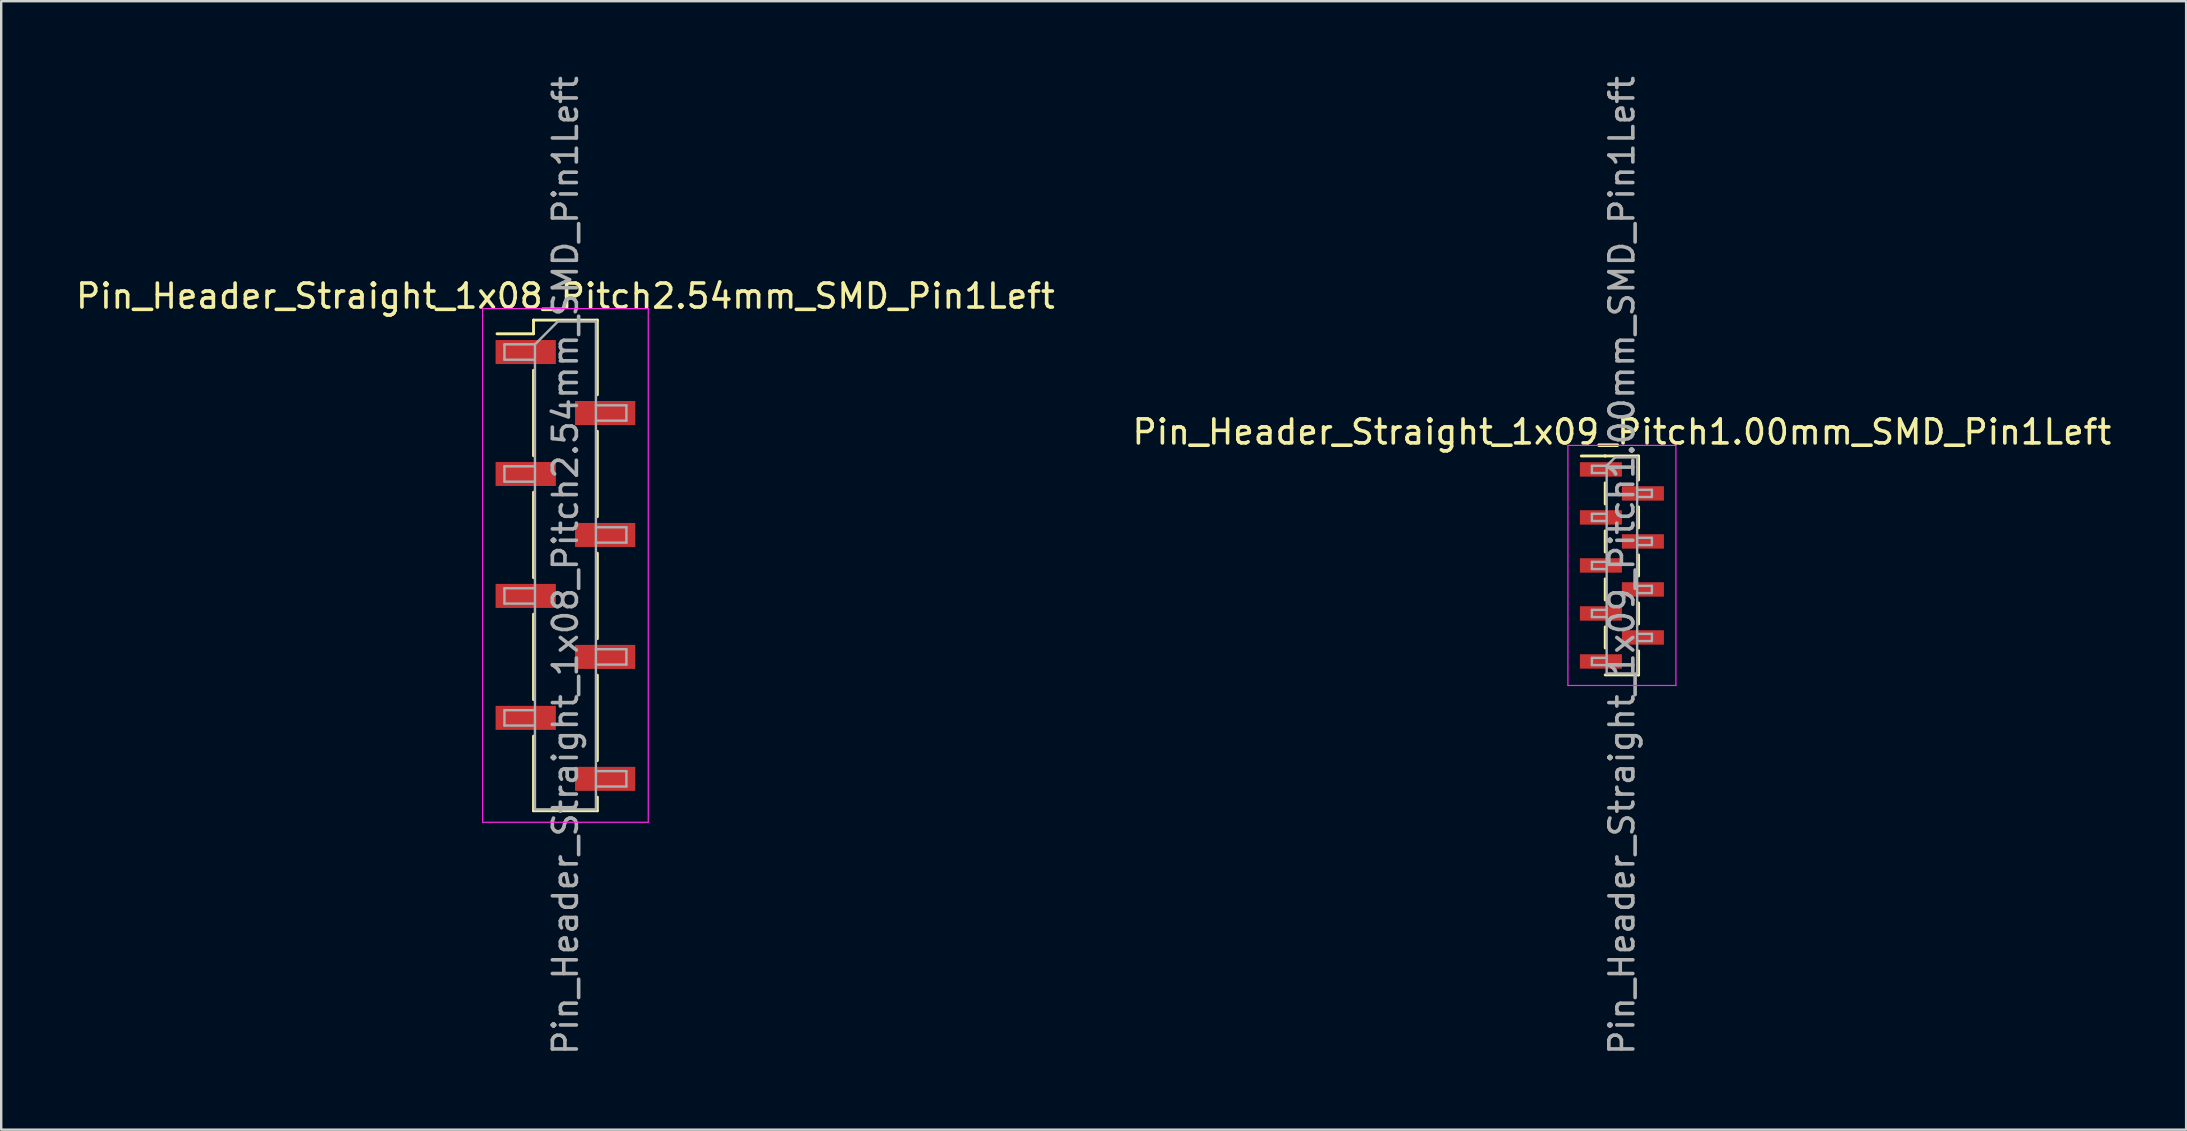
<source format=kicad_pcb>
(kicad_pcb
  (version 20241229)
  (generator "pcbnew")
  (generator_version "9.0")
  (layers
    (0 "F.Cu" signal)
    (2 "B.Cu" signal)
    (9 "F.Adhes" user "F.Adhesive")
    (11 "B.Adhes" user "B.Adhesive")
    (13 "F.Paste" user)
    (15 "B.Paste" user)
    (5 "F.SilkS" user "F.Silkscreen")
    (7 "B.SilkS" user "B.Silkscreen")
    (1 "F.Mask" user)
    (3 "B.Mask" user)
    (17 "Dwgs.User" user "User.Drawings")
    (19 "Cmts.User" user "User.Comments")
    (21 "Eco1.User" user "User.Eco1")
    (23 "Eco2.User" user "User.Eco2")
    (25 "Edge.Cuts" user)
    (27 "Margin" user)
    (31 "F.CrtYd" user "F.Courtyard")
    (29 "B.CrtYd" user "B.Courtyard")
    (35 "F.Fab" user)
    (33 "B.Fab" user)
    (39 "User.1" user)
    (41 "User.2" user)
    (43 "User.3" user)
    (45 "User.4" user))
  (footprint "Pin_Header_Straight_1x09_Pitch1.00mm_SMD_Pin1Left"
    (layer "F.Cu")
    (at 64.518 20.506)
    (property "Reference" "Pin_Header_Straight_1x09_Pitch1.00mm_SMD_Pin1Left" (at 0 -5.56 0) (layer "F.SilkS") (effects (font (size 1 1) (thickness 0.15))))
    (attr smd)
    (fp_line (start -0.695 -4.56) (end -1.69 -4.56) (stroke (width 0.12) (type solid)) (layer "F.SilkS"))
    (fp_line (start -0.695 -4.56) (end -0.695 -4.56) (stroke (width 0.12) (type solid)) (layer "F.SilkS"))
    (fp_line (start -0.695 -4.56) (end 0.695 -4.56) (stroke (width 0.12) (type solid)) (layer "F.SilkS"))
    (fp_line (start -0.695 -3.44) (end -0.695 -2.56) (stroke (width 0.12) (type solid)) (layer "F.SilkS"))
    (fp_line (start -0.695 -1.44) (end -0.695 -0.56) (stroke (width 0.12) (type solid)) (layer "F.SilkS"))
    (fp_line (start -0.695 0.56) (end -0.695 1.44) (stroke (width 0.12) (type solid)) (layer "F.SilkS"))
    (fp_line (start -0.695 2.56) (end -0.695 3.44) (stroke (width 0.12) (type solid)) (layer "F.SilkS"))
    (fp_line (start -0.695 4.56) (end 0.695 4.56) (stroke (width 0.12) (type solid)) (layer "F.SilkS"))
    (fp_line (start 0.695 -4.56) (end 0.695 -3.56) (stroke (width 0.12) (type solid)) (layer "F.SilkS"))
    (fp_line (start 0.695 -2.44) (end 0.695 -1.56) (stroke (width 0.12) (type solid)) (layer "F.SilkS"))
    (fp_line (start 0.695 -0.44) (end 0.695 0.44) (stroke (width 0.12) (type solid)) (layer "F.SilkS"))
    (fp_line (start 0.695 1.56) (end 0.695 2.44) (stroke (width 0.12) (type solid)) (layer "F.SilkS"))
    (fp_line (start 0.695 3.56) (end 0.695 4.56) (stroke (width 0.12) (type solid)) (layer "F.SilkS"))
    (fp_line (start 0.695 4.56) (end 0.695 4.56) (stroke (width 0.12) (type solid)) (layer "F.SilkS"))
    (fp_line (start -2.25 -5) (end -2.25 5) (stroke (width 0.05) (type solid)) (layer "F.CrtYd"))
    (fp_line (start -2.25 5) (end 2.25 5) (stroke (width 0.05) (type solid)) (layer "F.CrtYd"))
    (fp_line (start 2.25 -5) (end -2.25 -5) (stroke (width 0.05) (type solid)) (layer "F.CrtYd"))
    (fp_line (start 2.25 5) (end 2.25 -5) (stroke (width 0.05) (type solid)) (layer "F.CrtYd"))
    (fp_line (start -1.25 -4.15) (end -1.25 -3.85) (stroke (width 0.1) (type solid)) (layer "F.Fab"))
    (fp_line (start -1.25 -3.85) (end -0.635 -3.85) (stroke (width 0.1) (type solid)) (layer "F.Fab"))
    (fp_line (start -1.25 -2.15) (end -1.25 -1.85) (stroke (width 0.1) (type solid)) (layer "F.Fab"))
    (fp_line (start -1.25 -1.85) (end -0.635 -1.85) (stroke (width 0.1) (type solid)) (layer "F.Fab"))
    (fp_line (start -1.25 -0.15) (end -1.25 0.15) (stroke (width 0.1) (type solid)) (layer "F.Fab"))
    (fp_line (start -1.25 0.15) (end -0.635 0.15) (stroke (width 0.1) (type solid)) (layer "F.Fab"))
    (fp_line (start -1.25 1.85) (end -1.25 2.15) (stroke (width 0.1) (type solid)) (layer "F.Fab"))
    (fp_line (start -1.25 2.15) (end -0.635 2.15) (stroke (width 0.1) (type solid)) (layer "F.Fab"))
    (fp_line (start -1.25 3.85) (end -1.25 4.15) (stroke (width 0.1) (type solid)) (layer "F.Fab"))
    (fp_line (start -1.25 4.15) (end -0.635 4.15) (stroke (width 0.1) (type solid)) (layer "F.Fab"))
    (fp_line (start -0.635 -4.15) (end -1.25 -4.15) (stroke (width 0.1) (type solid)) (layer "F.Fab"))
    (fp_line (start -0.635 -4.15) (end -0.285 -4.5) (stroke (width 0.1) (type solid)) (layer "F.Fab"))
    (fp_line (start -0.635 -2.15) (end -1.25 -2.15) (stroke (width 0.1) (type solid)) (layer "F.Fab"))
    (fp_line (start -0.635 -0.15) (end -1.25 -0.15) (stroke (width 0.1) (type solid)) (layer "F.Fab"))
    (fp_line (start -0.635 1.85) (end -1.25 1.85) (stroke (width 0.1) (type solid)) (layer "F.Fab"))
    (fp_line (start -0.635 3.85) (end -1.25 3.85) (stroke (width 0.1) (type solid)) (layer "F.Fab"))
    (fp_line (start -0.635 4.5) (end -0.635 -4.15) (stroke (width 0.1) (type solid)) (layer "F.Fab"))
    (fp_line (start -0.285 -4.5) (end 0.635 -4.5) (stroke (width 0.1) (type solid)) (layer "F.Fab"))
    (fp_line (start 0.635 -4.5) (end 0.635 4.5) (stroke (width 0.1) (type solid)) (layer "F.Fab"))
    (fp_line (start 0.635 -3.15) (end 1.25 -3.15) (stroke (width 0.1) (type solid)) (layer "F.Fab"))
    (fp_line (start 0.635 -1.15) (end 1.25 -1.15) (stroke (width 0.1) (type solid)) (layer "F.Fab"))
    (fp_line (start 0.635 0.85) (end 1.25 0.85) (stroke (width 0.1) (type solid)) (layer "F.Fab"))
    (fp_line (start 0.635 2.85) (end 1.25 2.85) (stroke (width 0.1) (type solid)) (layer "F.Fab"))
    (fp_line (start 0.635 4.5) (end -0.635 4.5) (stroke (width 0.1) (type solid)) (layer "F.Fab"))
    (fp_line (start 1.25 -3.15) (end 1.25 -2.85) (stroke (width 0.1) (type solid)) (layer "F.Fab"))
    (fp_line (start 1.25 -2.85) (end 0.635 -2.85) (stroke (width 0.1) (type solid)) (layer "F.Fab"))
    (fp_line (start 1.25 -1.15) (end 1.25 -0.85) (stroke (width 0.1) (type solid)) (layer "F.Fab"))
    (fp_line (start 1.25 -0.85) (end 0.635 -0.85) (stroke (width 0.1) (type solid)) (layer "F.Fab"))
    (fp_line (start 1.25 0.85) (end 1.25 1.15) (stroke (width 0.1) (type solid)) (layer "F.Fab"))
    (fp_line (start 1.25 1.15) (end 0.635 1.15) (stroke (width 0.1) (type solid)) (layer "F.Fab"))
    (fp_line (start 1.25 2.85) (end 1.25 3.15) (stroke (width 0.1) (type solid)) (layer "F.Fab"))
    (fp_line (start 1.25 3.15) (end 0.635 3.15) (stroke (width 0.1) (type solid)) (layer "F.Fab"))
    (fp_text user "${REFERENCE}" (at 0 0 90) (layer "F.Fab") (effects (font (size 1 1) (thickness 0.15))))
    (pad "1" smd rect (at -0.875 -4) (size 1.75 0.6) (layers "F.Cu" "F.Mask" "F.Paste"))
    (pad "2" smd rect (at 0.875 -3) (size 1.75 0.6) (layers "F.Cu" "F.Mask" "F.Paste"))
    (pad "3" smd rect (at -0.875 -2) (size 1.75 0.6) (layers "F.Cu" "F.Mask" "F.Paste"))
    (pad "4" smd rect (at 0.875 -1) (size 1.75 0.6) (layers "F.Cu" "F.Mask" "F.Paste"))
    (pad "5" smd rect (at -0.875 0) (size 1.75 0.6) (layers "F.Cu" "F.Mask" "F.Paste"))
    (pad "6" smd rect (at 0.875 1) (size 1.75 0.6) (layers "F.Cu" "F.Mask" "F.Paste"))
    (pad "7" smd rect (at -0.875 2) (size 1.75 0.6) (layers "F.Cu" "F.Mask" "F.Paste"))
    (pad "8" smd rect (at 0.875 3) (size 1.75 0.6) (layers "F.Cu" "F.Mask" "F.Paste"))
    (pad "9" smd rect (at -0.875 4) (size 1.75 0.6) (layers "F.Cu" "F.Mask" "F.Paste")))
  (footprint "Pin_Header_Straight_1x08_Pitch2.54mm_SMD_Pin1Left"
    (layer "F.Cu")
    (at 20.506 20.506)
    (property "Reference" "Pin_Header_Straight_1x08_Pitch2.54mm_SMD_Pin1Left" (at 0 -11.22 0) (layer "F.SilkS") (effects (font (size 1 1) (thickness 0.15))))
    (attr smd)
    (fp_line (start -1.33 -10.22) (end -1.33 -9.65) (stroke (width 0.12) (type solid)) (layer "F.SilkS"))
    (fp_line (start -1.33 -10.22) (end 1.33 -10.22) (stroke (width 0.12) (type solid)) (layer "F.SilkS"))
    (fp_line (start -1.33 -9.65) (end -2.85 -9.65) (stroke (width 0.12) (type solid)) (layer "F.SilkS"))
    (fp_line (start -1.33 -8.13) (end -1.33 -4.57) (stroke (width 0.12) (type solid)) (layer "F.SilkS"))
    (fp_line (start -1.33 -3.05) (end -1.33 0.51) (stroke (width 0.12) (type solid)) (layer "F.SilkS"))
    (fp_line (start -1.33 2.03) (end -1.33 5.59) (stroke (width 0.12) (type solid)) (layer "F.SilkS"))
    (fp_line (start -1.33 7.11) (end -1.33 10.22) (stroke (width 0.12) (type solid)) (layer "F.SilkS"))
    (fp_line (start -1.33 10.22) (end 1.33 10.22) (stroke (width 0.12) (type solid)) (layer "F.SilkS"))
    (fp_line (start 1.33 -10.22) (end 1.33 -7.11) (stroke (width 0.12) (type solid)) (layer "F.SilkS"))
    (fp_line (start 1.33 -5.59) (end 1.33 -2.03) (stroke (width 0.12) (type solid)) (layer "F.SilkS"))
    (fp_line (start 1.33 -0.51) (end 1.33 3.05) (stroke (width 0.12) (type solid)) (layer "F.SilkS"))
    (fp_line (start 1.33 4.57) (end 1.33 8.13) (stroke (width 0.12) (type solid)) (layer "F.SilkS"))
    (fp_line (start 1.33 9.65) (end 1.33 10.22) (stroke (width 0.12) (type solid)) (layer "F.SilkS"))
    (fp_line (start -3.45 -10.7) (end -3.45 10.7) (stroke (width 0.05) (type solid)) (layer "F.CrtYd"))
    (fp_line (start -3.45 10.7) (end 3.45 10.7) (stroke (width 0.05) (type solid)) (layer "F.CrtYd"))
    (fp_line (start 3.45 -10.7) (end -3.45 -10.7) (stroke (width 0.05) (type solid)) (layer "F.CrtYd"))
    (fp_line (start 3.45 10.7) (end 3.45 -10.7) (stroke (width 0.05) (type solid)) (layer "F.CrtYd"))
    (fp_line (start -2.54 -9.21) (end -2.54 -8.57) (stroke (width 0.1) (type solid)) (layer "F.Fab"))
    (fp_line (start -2.54 -8.57) (end -1.27 -8.57) (stroke (width 0.1) (type solid)) (layer "F.Fab"))
    (fp_line (start -2.54 -4.13) (end -2.54 -3.49) (stroke (width 0.1) (type solid)) (layer "F.Fab"))
    (fp_line (start -2.54 -3.49) (end -1.27 -3.49) (stroke (width 0.1) (type solid)) (layer "F.Fab"))
    (fp_line (start -2.54 0.95) (end -2.54 1.59) (stroke (width 0.1) (type solid)) (layer "F.Fab"))
    (fp_line (start -2.54 1.59) (end -1.27 1.59) (stroke (width 0.1) (type solid)) (layer "F.Fab"))
    (fp_line (start -2.54 6.03) (end -2.54 6.67) (stroke (width 0.1) (type solid)) (layer "F.Fab"))
    (fp_line (start -2.54 6.67) (end -1.27 6.67) (stroke (width 0.1) (type solid)) (layer "F.Fab"))
    (fp_line (start -1.27 -9.21) (end -2.54 -9.21) (stroke (width 0.1) (type solid)) (layer "F.Fab"))
    (fp_line (start -1.27 -9.21) (end -0.32 -10.16) (stroke (width 0.1) (type solid)) (layer "F.Fab"))
    (fp_line (start -1.27 -4.13) (end -2.54 -4.13) (stroke (width 0.1) (type solid)) (layer "F.Fab"))
    (fp_line (start -1.27 0.95) (end -2.54 0.95) (stroke (width 0.1) (type solid)) (layer "F.Fab"))
    (fp_line (start -1.27 6.03) (end -2.54 6.03) (stroke (width 0.1) (type solid)) (layer "F.Fab"))
    (fp_line (start -1.27 10.16) (end -1.27 -9.21) (stroke (width 0.1) (type solid)) (layer "F.Fab"))
    (fp_line (start -0.32 -10.16) (end 1.27 -10.16) (stroke (width 0.1) (type solid)) (layer "F.Fab"))
    (fp_line (start 1.27 -10.16) (end 1.27 10.16) (stroke (width 0.1) (type solid)) (layer "F.Fab"))
    (fp_line (start 1.27 -6.67) (end 2.54 -6.67) (stroke (width 0.1) (type solid)) (layer "F.Fab"))
    (fp_line (start 1.27 -1.59) (end 2.54 -1.59) (stroke (width 0.1) (type solid)) (layer "F.Fab"))
    (fp_line (start 1.27 3.49) (end 2.54 3.49) (stroke (width 0.1) (type solid)) (layer "F.Fab"))
    (fp_line (start 1.27 8.57) (end 2.54 8.57) (stroke (width 0.1) (type solid)) (layer "F.Fab"))
    (fp_line (start 1.27 10.16) (end -1.27 10.16) (stroke (width 0.1) (type solid)) (layer "F.Fab"))
    (fp_line (start 2.54 -6.67) (end 2.54 -6.03) (stroke (width 0.1) (type solid)) (layer "F.Fab"))
    (fp_line (start 2.54 -6.03) (end 1.27 -6.03) (stroke (width 0.1) (type solid)) (layer "F.Fab"))
    (fp_line (start 2.54 -1.59) (end 2.54 -0.95) (stroke (width 0.1) (type solid)) (layer "F.Fab"))
    (fp_line (start 2.54 -0.95) (end 1.27 -0.95) (stroke (width 0.1) (type solid)) (layer "F.Fab"))
    (fp_line (start 2.54 3.49) (end 2.54 4.13) (stroke (width 0.1) (type solid)) (layer "F.Fab"))
    (fp_line (start 2.54 4.13) (end 1.27 4.13) (stroke (width 0.1) (type solid)) (layer "F.Fab"))
    (fp_line (start 2.54 8.57) (end 2.54 9.21) (stroke (width 0.1) (type solid)) (layer "F.Fab"))
    (fp_line (start 2.54 9.21) (end 1.27 9.21) (stroke (width 0.1) (type solid)) (layer "F.Fab"))
    (fp_text user "${REFERENCE}" (at 0 0 90) (layer "F.Fab") (effects (font (size 1 1) (thickness 0.15))))
    (pad "1" smd rect (at -1.655 -8.89) (size 2.51 1) (layers "F.Cu" "F.Mask" "F.Paste"))
    (pad "2" smd rect (at 1.655 -6.35) (size 2.51 1) (layers "F.Cu" "F.Mask" "F.Paste"))
    (pad "3" smd rect (at -1.655 -3.81) (size 2.51 1) (layers "F.Cu" "F.Mask" "F.Paste"))
    (pad "4" smd rect (at 1.655 -1.27) (size 2.51 1) (layers "F.Cu" "F.Mask" "F.Paste"))
    (pad "5" smd rect (at -1.655 1.27) (size 2.51 1) (layers "F.Cu" "F.Mask" "F.Paste"))
    (pad "6" smd rect (at 1.655 3.81) (size 2.51 1) (layers "F.Cu" "F.Mask" "F.Paste"))
    (pad "7" smd rect (at -1.655 6.35) (size 2.51 1) (layers "F.Cu" "F.Mask" "F.Paste"))
    (pad "8" smd rect (at 1.655 8.89) (size 2.51 1) (layers "F.Cu" "F.Mask" "F.Paste")))
  (gr_rect
    (start -3 -3)
    (end 88.024 44.012)
    (stroke (width 0.1) (type default))
    (fill no)
    (layer "Edge.Cuts")))
</source>
